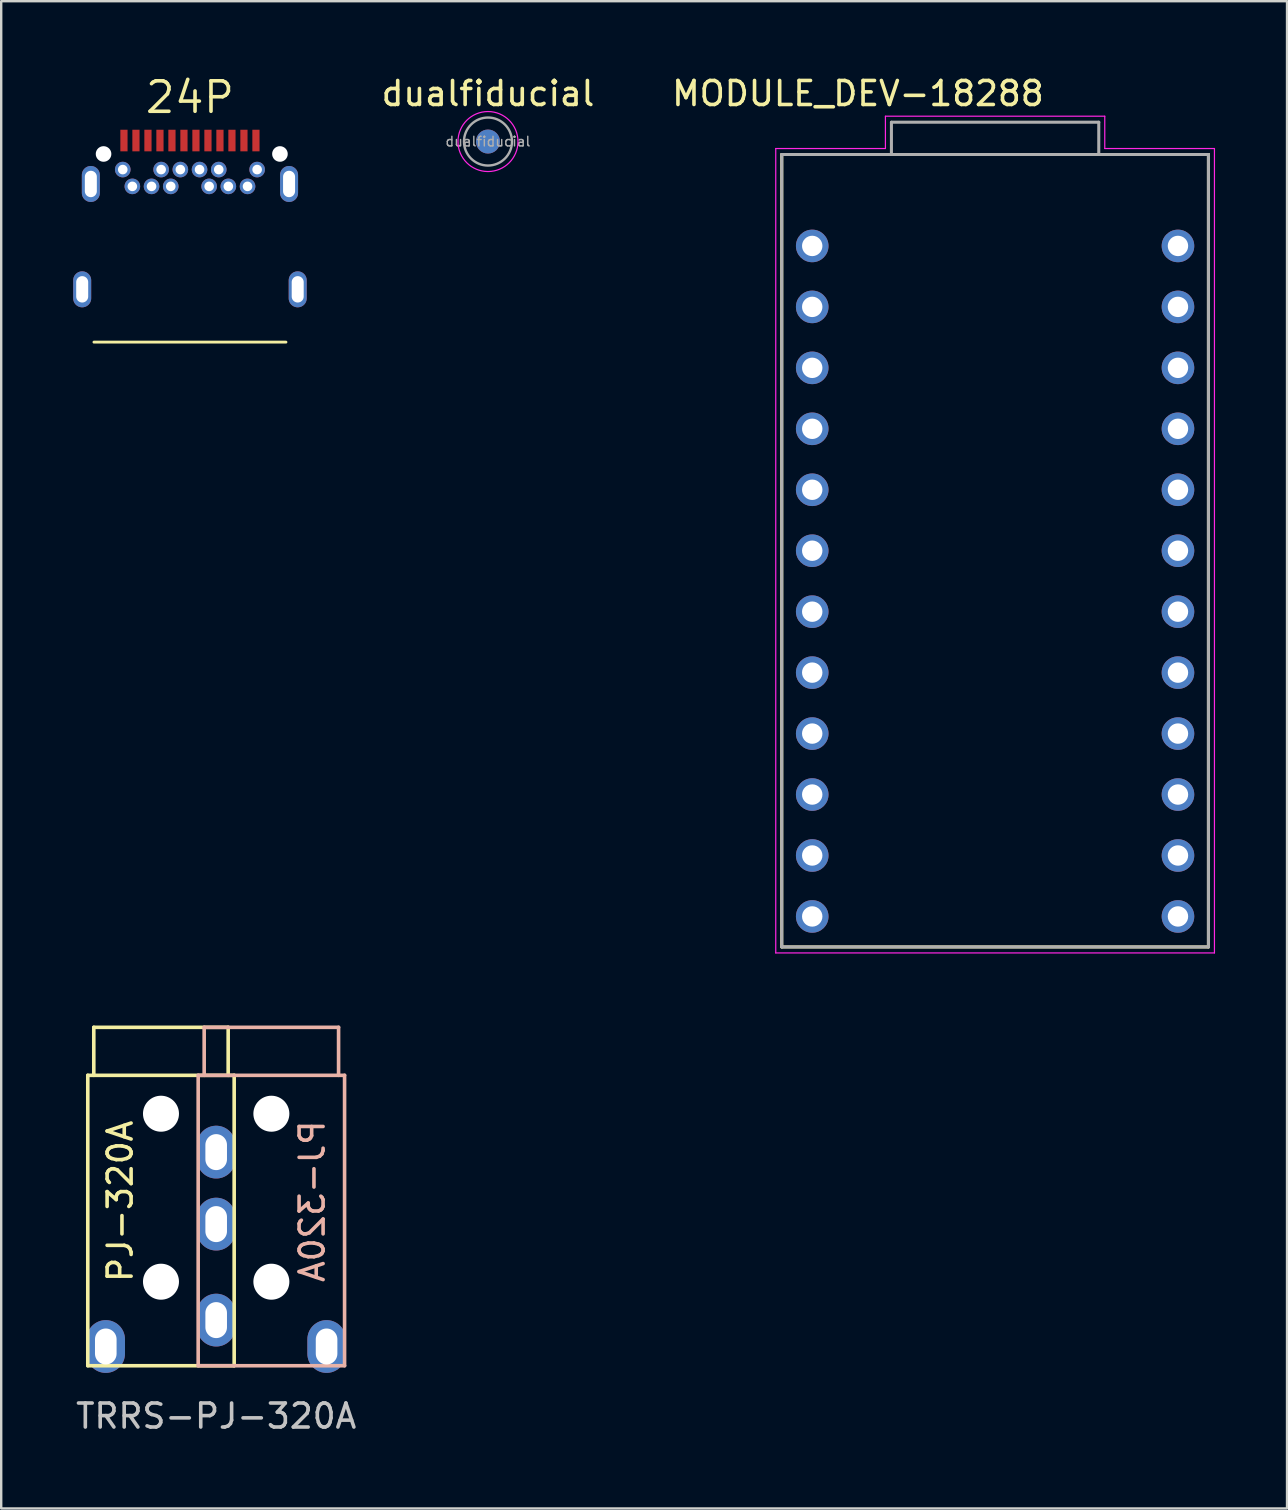
<source format=kicad_pcb>
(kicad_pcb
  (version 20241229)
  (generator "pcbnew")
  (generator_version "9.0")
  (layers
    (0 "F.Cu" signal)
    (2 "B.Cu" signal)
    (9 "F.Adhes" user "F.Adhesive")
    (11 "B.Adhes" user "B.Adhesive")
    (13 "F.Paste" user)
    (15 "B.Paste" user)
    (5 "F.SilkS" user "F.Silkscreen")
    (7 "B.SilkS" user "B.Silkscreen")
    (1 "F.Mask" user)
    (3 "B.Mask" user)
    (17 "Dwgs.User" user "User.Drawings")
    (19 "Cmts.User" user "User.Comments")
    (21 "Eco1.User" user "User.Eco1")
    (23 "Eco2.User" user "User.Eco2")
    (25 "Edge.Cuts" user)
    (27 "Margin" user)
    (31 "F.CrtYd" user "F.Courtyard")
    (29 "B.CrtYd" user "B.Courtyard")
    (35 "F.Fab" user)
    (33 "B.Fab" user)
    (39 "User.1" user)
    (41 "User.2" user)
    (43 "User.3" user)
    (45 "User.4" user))
  (footprint "dualfiducial"
    (layer "F.Cu")
    (at 17.284 2.848)
    (property "Reference" "dualfiducial" (at 0 -2 0) (layer "F.SilkS") (effects (font (size 1 1) (thickness 0.15))))
    (attr smd)
    (fp_circle (center 0 0) (end 1.25 0) (stroke (width 0.05) (type solid)) (fill no) (layer "F.CrtYd"))
    (fp_circle (center 0 0) (end 1 0) (stroke (width 0.1) (type solid)) (fill no) (layer "F.Fab"))
    (fp_text user "${REFERENCE}" (at 0 0 0) (layer "F.Fab") (effects (font (size 0.4 0.4) (thickness 0.06))))
    (pad "" smd circle (at 0 0) (size 1 1) (layers "F.Cu" "F.Mask"))
    (pad "" smd circle (at 0 0) (size 1 1) (layers "B.Cu" "B.Mask")))
  (footprint "MODULE_DEV-18288"
    (layer "F.Cu")
    (at 38.415 19.898)
    (property "Reference" "MODULE_DEV-18288" (at -5.715 -19.05 0) (layer "F.SilkS") (effects (font (size 1 1) (thickness 0.15))))
    (attr through_hole)
    (fp_line (start -8.89 -16.51) (end 8.89 -16.51) (stroke (width 0.127) (type solid)) (layer "F.SilkS"))
    (fp_line (start -8.89 16.51) (end -8.89 -16.51) (stroke (width 0.127) (type solid)) (layer "F.SilkS"))
    (fp_line (start 8.89 -16.51) (end 8.89 16.51) (stroke (width 0.127) (type solid)) (layer "F.SilkS"))
    (fp_line (start 8.89 16.51) (end -8.89 16.51) (stroke (width 0.127) (type solid)) (layer "F.SilkS"))
    (fp_line (start -9.14 -16.76) (end -9.14 16.76) (stroke (width 0.05) (type solid)) (layer "F.CrtYd"))
    (fp_line (start -9.14 16.76) (end 9.14 16.76) (stroke (width 0.05) (type solid)) (layer "F.CrtYd"))
    (fp_line (start -4.57 -18.105) (end -4.57 -16.76) (stroke (width 0.05) (type solid)) (layer "F.CrtYd"))
    (fp_line (start -4.57 -16.76) (end -9.14 -16.76) (stroke (width 0.05) (type solid)) (layer "F.CrtYd"))
    (fp_line (start 4.57 -18.105) (end -4.57 -18.105) (stroke (width 0.05) (type solid)) (layer "F.CrtYd"))
    (fp_line (start 4.57 -16.76) (end 4.57 -18.105) (stroke (width 0.05) (type solid)) (layer "F.CrtYd"))
    (fp_line (start 9.14 -16.76) (end 4.57 -16.76) (stroke (width 0.05) (type solid)) (layer "F.CrtYd"))
    (fp_line (start 9.14 16.76) (end 9.14 -16.76) (stroke (width 0.05) (type solid)) (layer "F.CrtYd"))
    (fp_line (start -8.89 -16.51) (end -4.32 -16.51) (stroke (width 0.127) (type solid)) (layer "F.Fab"))
    (fp_line (start -8.89 16.51) (end -8.89 -16.51) (stroke (width 0.127) (type solid)) (layer "F.Fab"))
    (fp_line (start -4.32 -17.855) (end 4.32 -17.855) (stroke (width 0.127) (type solid)) (layer "F.Fab"))
    (fp_line (start -4.32 -16.51) (end -4.32 -17.855) (stroke (width 0.127) (type solid)) (layer "F.Fab"))
    (fp_line (start -4.32 -16.51) (end 4.32 -16.51) (stroke (width 0.127) (type solid)) (layer "F.Fab"))
    (fp_line (start 4.32 -17.855) (end 4.32 -16.51) (stroke (width 0.127) (type solid)) (layer "F.Fab"))
    (fp_line (start 4.32 -16.51) (end 8.89 -16.51) (stroke (width 0.127) (type solid)) (layer "F.Fab"))
    (fp_line (start 8.89 -16.51) (end 8.89 16.51) (stroke (width 0.127) (type solid)) (layer "F.Fab"))
    (fp_line (start 8.89 16.51) (end -8.89 16.51) (stroke (width 0.127) (type solid)) (layer "F.Fab"))
    (pad "J3_1" thru_hole circle (at -7.62 15.24) (size 1.358 1.358) (drill 0.85) (layers "*.Cu" "*.Mask"))
    (pad "J3_2" thru_hole circle (at -7.62 12.7) (size 1.358 1.358) (drill 0.85) (layers "*.Cu" "*.Mask"))
    (pad "J3_3" thru_hole circle (at -7.62 10.16) (size 1.358 1.358) (drill 0.85) (layers "*.Cu" "*.Mask"))
    (pad "J3_4" thru_hole circle (at -7.62 7.62) (size 1.358 1.358) (drill 0.85) (layers "*.Cu" "*.Mask"))
    (pad "J3_5" thru_hole circle (at -7.62 5.08) (size 1.358 1.358) (drill 0.85) (layers "*.Cu" "*.Mask"))
    (pad "J3_6" thru_hole circle (at -7.62 2.54) (size 1.358 1.358) (drill 0.85) (layers "*.Cu" "*.Mask"))
    (pad "J3_7" thru_hole circle (at -7.62 0) (size 1.358 1.358) (drill 0.85) (layers "*.Cu" "*.Mask"))
    (pad "J3_8" thru_hole circle (at -7.62 -2.54) (size 1.358 1.358) (drill 0.85) (layers "*.Cu" "*.Mask"))
    (pad "J3_9" thru_hole circle (at -7.62 -5.08) (size 1.358 1.358) (drill 0.85) (layers "*.Cu" "*.Mask"))
    (pad "J3_10" thru_hole circle (at -7.62 -7.62) (size 1.358 1.358) (drill 0.85) (layers "*.Cu" "*.Mask"))
    (pad "J3_11" thru_hole circle (at -7.62 -10.16) (size 1.358 1.358) (drill 0.85) (layers "*.Cu" "*.Mask"))
    (pad "J3_12" thru_hole circle (at -7.62 -12.7) (size 1.358 1.358) (drill 0.85) (layers "*.Cu" "*.Mask"))
    (pad "J4_1" thru_hole circle (at 7.62 -12.7) (size 1.358 1.358) (drill 0.85) (layers "*.Cu" "*.Mask"))
    (pad "J4_2" thru_hole circle (at 7.62 -10.16) (size 1.358 1.358) (drill 0.85) (layers "*.Cu" "*.Mask"))
    (pad "J4_3" thru_hole circle (at 7.62 -7.62) (size 1.358 1.358) (drill 0.85) (layers "*.Cu" "*.Mask"))
    (pad "J4_4" thru_hole circle (at 7.62 -5.08) (size 1.358 1.358) (drill 0.85) (layers "*.Cu" "*.Mask"))
    (pad "J4_5" thru_hole circle (at 7.62 -2.54) (size 1.358 1.358) (drill 0.85) (layers "*.Cu" "*.Mask"))
    (pad "J4_6" thru_hole circle (at 7.62 0) (size 1.358 1.358) (drill 0.85) (layers "*.Cu" "*.Mask"))
    (pad "J4_7" thru_hole circle (at 7.62 2.54) (size 1.358 1.358) (drill 0.85) (layers "*.Cu" "*.Mask"))
    (pad "J4_8" thru_hole circle (at 7.62 5.08) (size 1.358 1.358) (drill 0.85) (layers "*.Cu" "*.Mask"))
    (pad "J4_9" thru_hole circle (at 7.62 7.62) (size 1.358 1.358) (drill 0.85) (layers "*.Cu" "*.Mask"))
    (pad "J4_10" thru_hole circle (at 7.62 10.16) (size 1.358 1.358) (drill 0.85) (layers "*.Cu" "*.Mask"))
    (pad "J4_11" thru_hole circle (at 7.62 12.7) (size 1.358 1.358) (drill 0.85) (layers "*.Cu" "*.Mask"))
    (pad "J4_12" thru_hole circle (at 7.62 15.24) (size 1.358 1.358) (drill 0.85) (layers "*.Cu" "*.Mask")))
  (footprint "24P"
    (layer "F.Cu")
    (at 4.865 2.806)
    (property "Reference" "24P" (at 0 -1.8 0) (layer "F.SilkS") (effects (font (size 1.27 1.27) (thickness 0.15))))
    (fp_line (start -4 8.4) (end 4 8.4) (stroke (width 0.12) (type solid)) (layer "F.SilkS"))
    (pad "" np_thru_hole circle (at -3.6 0.56) (size 0.65 0.65) (drill 0.65) (layers "*.Cu" "*.Mask"))
    (pad "" np_thru_hole circle (at 3.75 0.56) (size 0.65 0.65) (drill 0.65) (layers "*.Cu" "*.Mask"))
    (pad "A1" smd rect (at -2.75 0 180) (size 0.3 0.9) (layers "F.Cu" "F.Mask" "F.Paste"))
    (pad "A2" smd rect (at -2.25 0 180) (size 0.3 0.9) (layers "F.Cu" "F.Mask" "F.Paste"))
    (pad "A3" smd rect (at -1.75 0 180) (size 0.3 0.9) (layers "F.Cu" "F.Mask" "F.Paste"))
    (pad "A4" smd rect (at -1.25 0 180) (size 0.3 0.9) (layers "F.Cu" "F.Mask" "F.Paste"))
    (pad "A5" smd rect (at -0.75 0 180) (size 0.3 0.9) (layers "F.Cu" "F.Mask" "F.Paste"))
    (pad "A6" smd rect (at -0.25 0 180) (size 0.3 0.9) (layers "F.Cu" "F.Mask" "F.Paste"))
    (pad "A7" smd rect (at 0.25 0 180) (size 0.3 0.9) (layers "F.Cu" "F.Mask" "F.Paste"))
    (pad "A8" smd rect (at 0.75 0 180) (size 0.3 0.9) (layers "F.Cu" "F.Mask" "F.Paste"))
    (pad "A9" smd rect (at 1.25 0 180) (size 0.3 0.9) (layers "F.Cu" "F.Mask" "F.Paste"))
    (pad "A10" smd rect (at 1.75 0 180) (size 0.3 0.9) (layers "F.Cu" "F.Mask" "F.Paste"))
    (pad "A11" smd rect (at 2.25 0 180) (size 0.3 0.9) (layers "F.Cu" "F.Mask" "F.Paste"))
    (pad "A12" smd rect (at 2.75 0 180) (size 0.3 0.9) (layers "F.Cu" "F.Mask" "F.Paste"))
    (pad "B1" thru_hole circle (at 2.8 1.21) (size 0.65 0.65) (drill 0.4) (layers "*.Cu" "*.Mask"))
    (pad "B2" thru_hole circle (at 2.4 1.91) (size 0.65 0.65) (drill 0.4) (layers "*.Cu" "*.Mask"))
    (pad "B3" thru_hole circle (at 1.6 1.91) (size 0.65 0.65) (drill 0.4) (layers "*.Cu" "*.Mask"))
    (pad "B4" thru_hole circle (at 1.2 1.21) (size 0.65 0.65) (drill 0.4) (layers "*.Cu" "*.Mask"))
    (pad "B5" thru_hole circle (at 0.8 1.91) (size 0.65 0.65) (drill 0.4) (layers "*.Cu" "*.Mask"))
    (pad "B6" thru_hole circle (at 0.4 1.21) (size 0.65 0.65) (drill 0.4) (layers "*.Cu" "*.Mask"))
    (pad "B7" thru_hole circle (at -0.4 1.21) (size 0.65 0.65) (drill 0.4) (layers "*.Cu" "*.Mask"))
    (pad "B8" thru_hole circle (at -0.8 1.91) (size 0.65 0.65) (drill 0.4) (layers "*.Cu" "*.Mask"))
    (pad "B9" thru_hole circle (at -1.2 1.21) (size 0.65 0.65) (drill 0.4) (layers "*.Cu" "*.Mask"))
    (pad "B10" thru_hole circle (at -1.6 1.91) (size 0.65 0.65) (drill 0.4) (layers "*.Cu" "*.Mask"))
    (pad "B11" thru_hole circle (at -2.4 1.91) (size 0.65 0.65) (drill 0.4) (layers "*.Cu" "*.Mask"))
    (pad "B12" thru_hole circle (at -2.8 1.21) (size 0.65 0.65) (drill 0.4) (layers "*.Cu" "*.Mask"))
    (pad "S1" thru_hole oval (at -4.49 6.2 90) (size 1.5 0.75) (drill oval 1.1 0.5) (layers "*.Cu" "*.Mask"))
    (pad "S1" thru_hole oval (at -4.13 1.81 90) (size 1.5 0.75) (drill oval 1.1 0.5) (layers "*.Cu" "*.Mask"))
    (pad "S1" thru_hole oval (at 4.13 1.81 90) (size 1.5 0.75) (drill oval 1.1 0.5) (layers "*.Cu" "*.Mask"))
    (pad "S1" thru_hole oval (at 4.49 6.2 90) (size 1.5 0.75) (drill oval 1.1 0.5) (layers "*.Cu" "*.Mask")))
  (footprint "TRRS-PJ-320A"
    (layer "F.Cu")
    (at 5.958 41.758)
    (property "Reference" "TRRS-PJ-320A" (at 0 14.2 0) (layer "Dwgs.User") (effects (font (size 1 1) (thickness 0.15))))
    (attr through_hole)
    (fp_line (start -5.35 0) (end -5.35 12.1) (stroke (width 0.15) (type solid)) (layer "F.SilkS"))
    (fp_line (start -5.1 0) (end -5.1 -2) (stroke (width 0.15) (type solid)) (layer "F.SilkS"))
    (fp_line (start 0.5 -2) (end -5.1 -2) (stroke (width 0.15) (type solid)) (layer "F.SilkS"))
    (fp_line (start 0.5 0) (end 0.5 -2) (stroke (width 0.15) (type solid)) (layer "F.SilkS"))
    (fp_line (start 0.75 0) (end -5.35 0) (stroke (width 0.15) (type solid)) (layer "F.SilkS"))
    (fp_line (start 0.75 0) (end 0.75 12.1) (stroke (width 0.15) (type solid)) (layer "F.SilkS"))
    (fp_line (start 0.75 12.1) (end -5.35 12.1) (stroke (width 0.15) (type solid)) (layer "F.SilkS"))
    (fp_line (start -0.75 0) (end -0.75 12.1) (stroke (width 0.15) (type solid)) (layer "B.SilkS"))
    (fp_line (start -0.75 0) (end 5.35 0) (stroke (width 0.15) (type solid)) (layer "B.SilkS"))
    (fp_line (start -0.75 12.1) (end 5.35 12.1) (stroke (width 0.15) (type solid)) (layer "B.SilkS"))
    (fp_line (start -0.5 -2) (end 5.1 -2) (stroke (width 0.15) (type solid)) (layer "B.SilkS"))
    (fp_line (start -0.5 0) (end -0.5 -2) (stroke (width 0.15) (type solid)) (layer "B.SilkS"))
    (fp_line (start 5.1 0) (end 5.1 -2) (stroke (width 0.15) (type solid)) (layer "B.SilkS"))
    (fp_line (start 5.35 0) (end 5.35 12.1) (stroke (width 0.15) (type solid)) (layer "B.SilkS"))
    (fp_text user "PJ-320A" (at -4 5.25 90) (layer "F.SilkS") (effects (font (size 1 1) (thickness 0.15))))
    (fp_text user "PJ-320A" (at 4 5.25 270) (layer "B.SilkS") (effects (font (size 1 1) (thickness 0.15)) (justify mirror)))
    (pad "" np_thru_hole circle (at -2.3 1.6) (size 1.5 1.5) (drill 1.5) (layers "*.Cu" "*.Mask"))
    (pad "" np_thru_hole circle (at -2.3 8.6) (size 1.5 1.5) (drill 1.5) (layers "*.Cu" "*.Mask"))
    (pad "" np_thru_hole circle (at 2.3 1.6) (size 1.5 1.5) (drill 1.5) (layers "*.Cu" "*.Mask"))
    (pad "" np_thru_hole circle (at 2.3 8.6) (size 1.5 1.5) (drill 1.5) (layers "*.Cu" "*.Mask"))
    (pad "R1" thru_hole oval (at 0 6.2) (size 1.6 2.2) (drill oval 0.9 1.5) (layers "*.Cu" "*.Mask"))
    (pad "R2" thru_hole oval (at 0 3.2) (size 1.6 2.2) (drill oval 0.9 1.5) (layers "*.Cu" "*.Mask"))
    (pad "S" thru_hole oval (at -4.6 11.3) (size 1.6 2.2) (drill oval 0.9 1.5) (layers "*.Cu" "*.Mask"))
    (pad "S" thru_hole oval (at 4.6 11.3) (size 1.6 2.2) (drill oval 0.9 1.5) (layers "*.Cu" "*.Mask"))
    (pad "T" thru_hole oval (at 0 10.2) (size 1.6 2.2) (drill oval 0.9 1.5) (layers "*.Cu" "*.Mask")))
  (gr_rect
    (start -3 -3)
    (end 50.58 59.806)
    (stroke (width 0.1) (type default))
    (fill no)
    (layer "Edge.Cuts")))
</source>
